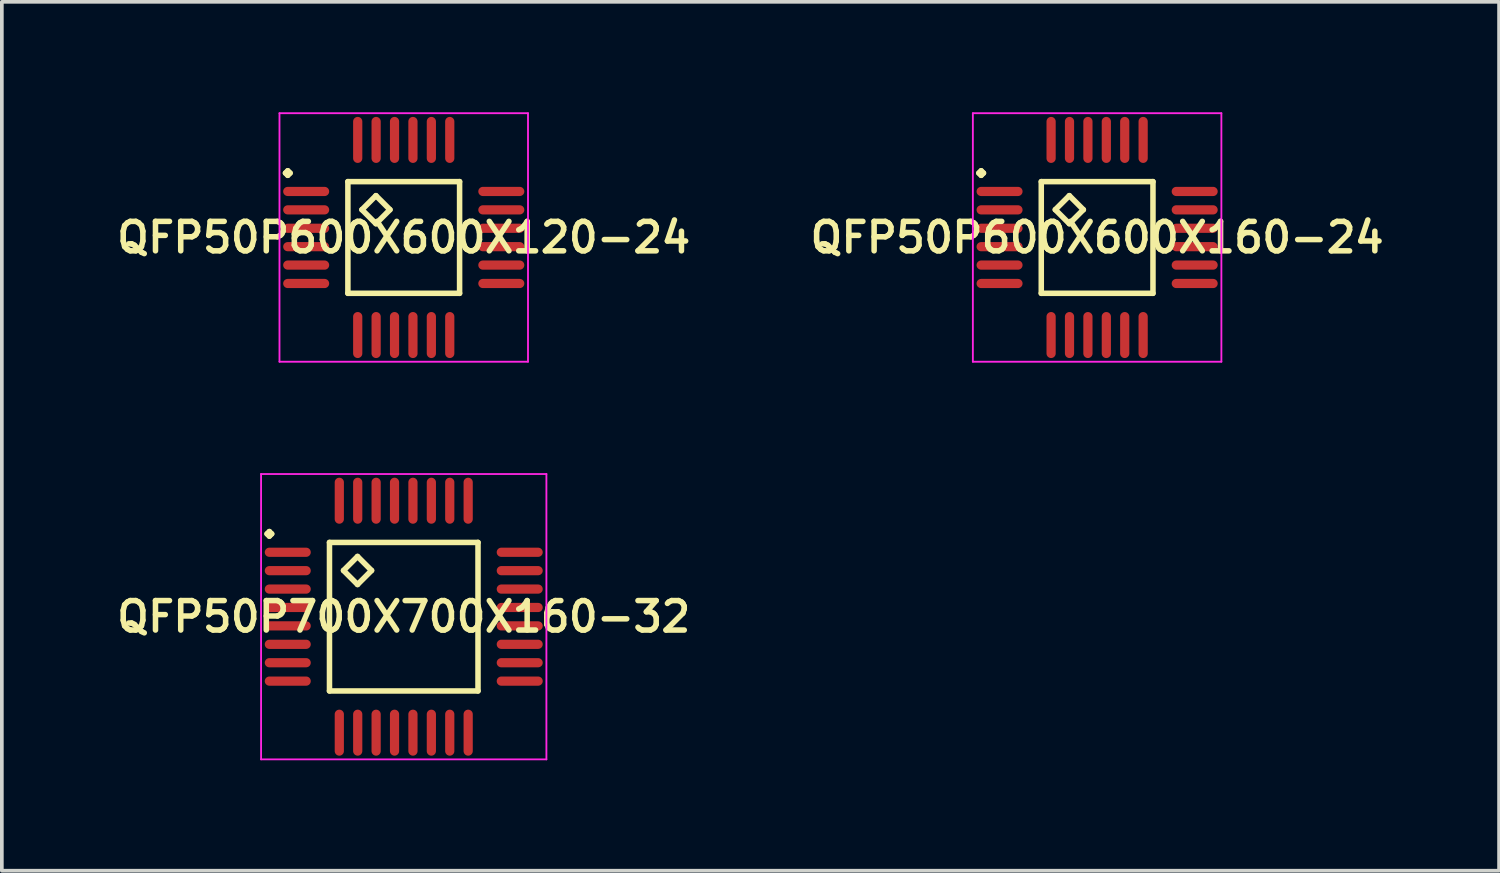
<source format=kicad_pcb>
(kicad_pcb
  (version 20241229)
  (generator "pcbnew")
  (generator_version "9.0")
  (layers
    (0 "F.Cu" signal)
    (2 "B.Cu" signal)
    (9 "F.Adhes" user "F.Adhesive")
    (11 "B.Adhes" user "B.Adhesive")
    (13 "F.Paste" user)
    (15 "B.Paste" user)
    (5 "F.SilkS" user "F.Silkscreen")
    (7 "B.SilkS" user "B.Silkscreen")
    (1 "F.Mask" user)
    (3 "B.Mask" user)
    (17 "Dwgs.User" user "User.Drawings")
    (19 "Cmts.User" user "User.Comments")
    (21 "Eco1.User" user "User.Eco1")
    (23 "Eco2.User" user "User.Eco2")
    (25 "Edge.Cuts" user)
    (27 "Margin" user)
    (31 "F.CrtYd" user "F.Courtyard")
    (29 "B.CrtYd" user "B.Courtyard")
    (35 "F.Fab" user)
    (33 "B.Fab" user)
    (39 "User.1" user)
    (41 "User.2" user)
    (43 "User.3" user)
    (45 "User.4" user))
  (footprint "QFP50P600X600X160-24"
    (layer "F.Cu")
    (at 26.749 3.4)
    (property "Reference" "QFP50P600X600X160-24" (at 0 0 0) (layer "F.SilkS") (effects (font (size 0.8 0.8) (thickness 0.15))))
    (attr smd)
    (fp_line (start -3.212 -1.75) (end -3.15 -1.812) (stroke (width 0.15) (type solid)) (layer "F.SilkS"))
    (fp_line (start -3.15 -1.812) (end -3.087 -1.75) (stroke (width 0.15) (type solid)) (layer "F.SilkS"))
    (fp_line (start -3.15 -1.688) (end -3.212 -1.75) (stroke (width 0.15) (type solid)) (layer "F.SilkS"))
    (fp_line (start -3.087 -1.75) (end -3.15 -1.688) (stroke (width 0.15) (type solid)) (layer "F.SilkS"))
    (fp_line (start -1.517 -1.517) (end -1.517 1.517) (stroke (width 0.15) (type solid)) (layer "F.SilkS"))
    (fp_line (start -1.517 1.517) (end 1.517 1.517) (stroke (width 0.15) (type solid)) (layer "F.SilkS"))
    (fp_line (start -1.136 -0.755) (end -0.755 -1.136) (stroke (width 0.15) (type solid)) (layer "F.SilkS"))
    (fp_line (start -0.755 -1.136) (end -0.374 -0.755) (stroke (width 0.15) (type solid)) (layer "F.SilkS"))
    (fp_line (start -0.755 -0.374) (end -1.136 -0.755) (stroke (width 0.15) (type solid)) (layer "F.SilkS"))
    (fp_line (start -0.374 -0.755) (end -0.755 -0.374) (stroke (width 0.15) (type solid)) (layer "F.SilkS"))
    (fp_line (start 1.517 -1.517) (end -1.517 -1.517) (stroke (width 0.15) (type solid)) (layer "F.SilkS"))
    (fp_line (start 1.517 1.517) (end 1.517 -1.517) (stroke (width 0.15) (type solid)) (layer "F.SilkS"))
    (fp_line (start -3.375 -3.375) (end 3.375 -3.375) (stroke (width 0.05) (type solid)) (layer "F.CrtYd"))
    (fp_line (start -3.375 3.375) (end -3.375 -3.375) (stroke (width 0.05) (type solid)) (layer "F.CrtYd"))
    (fp_line (start 3.375 -3.375) (end 3.375 3.375) (stroke (width 0.05) (type solid)) (layer "F.CrtYd"))
    (fp_line (start 3.375 3.375) (end -3.375 3.375) (stroke (width 0.05) (type solid)) (layer "F.CrtYd"))
    (pad "1" smd oval (at -2.65 -1.25) (size 1.25 0.25) (layers "F.Cu" "F.Mask" "F.Paste"))
    (pad "2" smd oval (at -2.65 -0.75) (size 1.25 0.25) (layers "F.Cu" "F.Mask" "F.Paste"))
    (pad "3" smd oval (at -2.65 -0.25) (size 1.25 0.25) (layers "F.Cu" "F.Mask" "F.Paste"))
    (pad "4" smd oval (at -2.65 0.25) (size 1.25 0.25) (layers "F.Cu" "F.Mask" "F.Paste"))
    (pad "5" smd oval (at -2.65 0.75) (size 1.25 0.25) (layers "F.Cu" "F.Mask" "F.Paste"))
    (pad "6" smd oval (at -2.65 1.25) (size 1.25 0.25) (layers "F.Cu" "F.Mask" "F.Paste"))
    (pad "7" smd oval (at -1.25 2.65) (size 0.25 1.25) (layers "F.Cu" "F.Mask" "F.Paste"))
    (pad "8" smd oval (at -0.75 2.65) (size 0.25 1.25) (layers "F.Cu" "F.Mask" "F.Paste"))
    (pad "9" smd oval (at -0.25 2.65) (size 0.25 1.25) (layers "F.Cu" "F.Mask" "F.Paste"))
    (pad "10" smd oval (at 0.25 2.65) (size 0.25 1.25) (layers "F.Cu" "F.Mask" "F.Paste"))
    (pad "11" smd oval (at 0.75 2.65) (size 0.25 1.25) (layers "F.Cu" "F.Mask" "F.Paste"))
    (pad "12" smd oval (at 1.25 2.65) (size 0.25 1.25) (layers "F.Cu" "F.Mask" "F.Paste"))
    (pad "13" smd oval (at 2.65 1.25) (size 1.25 0.25) (layers "F.Cu" "F.Mask" "F.Paste"))
    (pad "14" smd oval (at 2.65 0.75) (size 1.25 0.25) (layers "F.Cu" "F.Mask" "F.Paste"))
    (pad "15" smd oval (at 2.65 0.25) (size 1.25 0.25) (layers "F.Cu" "F.Mask" "F.Paste"))
    (pad "16" smd oval (at 2.65 -0.25) (size 1.25 0.25) (layers "F.Cu" "F.Mask" "F.Paste"))
    (pad "17" smd oval (at 2.65 -0.75) (size 1.25 0.25) (layers "F.Cu" "F.Mask" "F.Paste"))
    (pad "18" smd oval (at 2.65 -1.25) (size 1.25 0.25) (layers "F.Cu" "F.Mask" "F.Paste"))
    (pad "19" smd oval (at 1.25 -2.65) (size 0.25 1.25) (layers "F.Cu" "F.Mask" "F.Paste"))
    (pad "20" smd oval (at 0.75 -2.65) (size 0.25 1.25) (layers "F.Cu" "F.Mask" "F.Paste"))
    (pad "21" smd oval (at 0.25 -2.65) (size 0.25 1.25) (layers "F.Cu" "F.Mask" "F.Paste"))
    (pad "22" smd oval (at -0.25 -2.65) (size 0.25 1.25) (layers "F.Cu" "F.Mask" "F.Paste"))
    (pad "23" smd oval (at -0.75 -2.65) (size 0.25 1.25) (layers "F.Cu" "F.Mask" "F.Paste"))
    (pad "24" smd oval (at -1.25 -2.65) (size 0.25 1.25) (layers "F.Cu" "F.Mask" "F.Paste")))
  (footprint "QFP50P700X700X160-32"
    (layer "F.Cu")
    (at 7.916 13.7)
    (property "Reference" "QFP50P700X700X160-32" (at 0 0 0) (layer "F.SilkS") (effects (font (size 0.8 0.8) (thickness 0.15))))
    (attr smd)
    (fp_line (start -3.712 -2.25) (end -3.65 -2.312) (stroke (width 0.15) (type solid)) (layer "F.SilkS"))
    (fp_line (start -3.65 -2.312) (end -3.587 -2.25) (stroke (width 0.15) (type solid)) (layer "F.SilkS"))
    (fp_line (start -3.65 -2.188) (end -3.712 -2.25) (stroke (width 0.15) (type solid)) (layer "F.SilkS"))
    (fp_line (start -3.587 -2.25) (end -3.65 -2.188) (stroke (width 0.15) (type solid)) (layer "F.SilkS"))
    (fp_line (start -2.017 -2.017) (end -2.017 2.017) (stroke (width 0.15) (type solid)) (layer "F.SilkS"))
    (fp_line (start -2.017 2.017) (end 2.017 2.017) (stroke (width 0.15) (type solid)) (layer "F.SilkS"))
    (fp_line (start -1.636 -1.255) (end -1.255 -1.636) (stroke (width 0.15) (type solid)) (layer "F.SilkS"))
    (fp_line (start -1.255 -1.636) (end -0.874 -1.255) (stroke (width 0.15) (type solid)) (layer "F.SilkS"))
    (fp_line (start -1.255 -0.874) (end -1.636 -1.255) (stroke (width 0.15) (type solid)) (layer "F.SilkS"))
    (fp_line (start -0.874 -1.255) (end -1.255 -0.874) (stroke (width 0.15) (type solid)) (layer "F.SilkS"))
    (fp_line (start 2.017 -2.017) (end -2.017 -2.017) (stroke (width 0.15) (type solid)) (layer "F.SilkS"))
    (fp_line (start 2.017 2.017) (end 2.017 -2.017) (stroke (width 0.15) (type solid)) (layer "F.SilkS"))
    (fp_line (start -3.875 -3.875) (end 3.875 -3.875) (stroke (width 0.05) (type solid)) (layer "F.CrtYd"))
    (fp_line (start -3.875 3.875) (end -3.875 -3.875) (stroke (width 0.05) (type solid)) (layer "F.CrtYd"))
    (fp_line (start 3.875 -3.875) (end 3.875 3.875) (stroke (width 0.05) (type solid)) (layer "F.CrtYd"))
    (fp_line (start 3.875 3.875) (end -3.875 3.875) (stroke (width 0.05) (type solid)) (layer "F.CrtYd"))
    (pad "1" smd oval (at -3.15 -1.75) (size 1.25 0.25) (layers "F.Cu" "F.Mask" "F.Paste"))
    (pad "2" smd oval (at -3.15 -1.25) (size 1.25 0.25) (layers "F.Cu" "F.Mask" "F.Paste"))
    (pad "3" smd oval (at -3.15 -0.75) (size 1.25 0.25) (layers "F.Cu" "F.Mask" "F.Paste"))
    (pad "4" smd oval (at -3.15 -0.25) (size 1.25 0.25) (layers "F.Cu" "F.Mask" "F.Paste"))
    (pad "5" smd oval (at -3.15 0.25) (size 1.25 0.25) (layers "F.Cu" "F.Mask" "F.Paste"))
    (pad "6" smd oval (at -3.15 0.75) (size 1.25 0.25) (layers "F.Cu" "F.Mask" "F.Paste"))
    (pad "7" smd oval (at -3.15 1.25) (size 1.25 0.25) (layers "F.Cu" "F.Mask" "F.Paste"))
    (pad "8" smd oval (at -3.15 1.75) (size 1.25 0.25) (layers "F.Cu" "F.Mask" "F.Paste"))
    (pad "9" smd oval (at -1.75 3.15) (size 0.25 1.25) (layers "F.Cu" "F.Mask" "F.Paste"))
    (pad "10" smd oval (at -1.25 3.15) (size 0.25 1.25) (layers "F.Cu" "F.Mask" "F.Paste"))
    (pad "11" smd oval (at -0.75 3.15) (size 0.25 1.25) (layers "F.Cu" "F.Mask" "F.Paste"))
    (pad "12" smd oval (at -0.25 3.15) (size 0.25 1.25) (layers "F.Cu" "F.Mask" "F.Paste"))
    (pad "13" smd oval (at 0.25 3.15) (size 0.25 1.25) (layers "F.Cu" "F.Mask" "F.Paste"))
    (pad "14" smd oval (at 0.75 3.15) (size 0.25 1.25) (layers "F.Cu" "F.Mask" "F.Paste"))
    (pad "15" smd oval (at 1.25 3.15) (size 0.25 1.25) (layers "F.Cu" "F.Mask" "F.Paste"))
    (pad "16" smd oval (at 1.75 3.15) (size 0.25 1.25) (layers "F.Cu" "F.Mask" "F.Paste"))
    (pad "17" smd oval (at 3.15 1.75) (size 1.25 0.25) (layers "F.Cu" "F.Mask" "F.Paste"))
    (pad "18" smd oval (at 3.15 1.25) (size 1.25 0.25) (layers "F.Cu" "F.Mask" "F.Paste"))
    (pad "19" smd oval (at 3.15 0.75) (size 1.25 0.25) (layers "F.Cu" "F.Mask" "F.Paste"))
    (pad "20" smd oval (at 3.15 0.25) (size 1.25 0.25) (layers "F.Cu" "F.Mask" "F.Paste"))
    (pad "21" smd oval (at 3.15 -0.25) (size 1.25 0.25) (layers "F.Cu" "F.Mask" "F.Paste"))
    (pad "22" smd oval (at 3.15 -0.75) (size 1.25 0.25) (layers "F.Cu" "F.Mask" "F.Paste"))
    (pad "23" smd oval (at 3.15 -1.25) (size 1.25 0.25) (layers "F.Cu" "F.Mask" "F.Paste"))
    (pad "24" smd oval (at 3.15 -1.75) (size 1.25 0.25) (layers "F.Cu" "F.Mask" "F.Paste"))
    (pad "25" smd oval (at 1.75 -3.15) (size 0.25 1.25) (layers "F.Cu" "F.Mask" "F.Paste"))
    (pad "26" smd oval (at 1.25 -3.15) (size 0.25 1.25) (layers "F.Cu" "F.Mask" "F.Paste"))
    (pad "27" smd oval (at 0.75 -3.15) (size 0.25 1.25) (layers "F.Cu" "F.Mask" "F.Paste"))
    (pad "28" smd oval (at 0.25 -3.15) (size 0.25 1.25) (layers "F.Cu" "F.Mask" "F.Paste"))
    (pad "29" smd oval (at -0.25 -3.15) (size 0.25 1.25) (layers "F.Cu" "F.Mask" "F.Paste"))
    (pad "30" smd oval (at -0.75 -3.15) (size 0.25 1.25) (layers "F.Cu" "F.Mask" "F.Paste"))
    (pad "31" smd oval (at -1.25 -3.15) (size 0.25 1.25) (layers "F.Cu" "F.Mask" "F.Paste"))
    (pad "32" smd oval (at -1.75 -3.15) (size 0.25 1.25) (layers "F.Cu" "F.Mask" "F.Paste")))
  (footprint "QFP50P600X600X120-24"
    (layer "F.Cu")
    (at 7.916 3.4)
    (property "Reference" "QFP50P600X600X120-24" (at 0 0 0) (layer "F.SilkS") (effects (font (size 0.8 0.8) (thickness 0.15))))
    (attr smd)
    (fp_line (start -3.212 -1.75) (end -3.15 -1.812) (stroke (width 0.15) (type solid)) (layer "F.SilkS"))
    (fp_line (start -3.15 -1.812) (end -3.087 -1.75) (stroke (width 0.15) (type solid)) (layer "F.SilkS"))
    (fp_line (start -3.15 -1.688) (end -3.212 -1.75) (stroke (width 0.15) (type solid)) (layer "F.SilkS"))
    (fp_line (start -3.087 -1.75) (end -3.15 -1.688) (stroke (width 0.15) (type solid)) (layer "F.SilkS"))
    (fp_line (start -1.517 -1.517) (end -1.517 1.517) (stroke (width 0.15) (type solid)) (layer "F.SilkS"))
    (fp_line (start -1.517 1.517) (end 1.517 1.517) (stroke (width 0.15) (type solid)) (layer "F.SilkS"))
    (fp_line (start -1.136 -0.755) (end -0.755 -1.136) (stroke (width 0.15) (type solid)) (layer "F.SilkS"))
    (fp_line (start -0.755 -1.136) (end -0.374 -0.755) (stroke (width 0.15) (type solid)) (layer "F.SilkS"))
    (fp_line (start -0.755 -0.374) (end -1.136 -0.755) (stroke (width 0.15) (type solid)) (layer "F.SilkS"))
    (fp_line (start -0.374 -0.755) (end -0.755 -0.374) (stroke (width 0.15) (type solid)) (layer "F.SilkS"))
    (fp_line (start 1.517 -1.517) (end -1.517 -1.517) (stroke (width 0.15) (type solid)) (layer "F.SilkS"))
    (fp_line (start 1.517 1.517) (end 1.517 -1.517) (stroke (width 0.15) (type solid)) (layer "F.SilkS"))
    (fp_line (start -3.375 -3.375) (end 3.375 -3.375) (stroke (width 0.05) (type solid)) (layer "F.CrtYd"))
    (fp_line (start -3.375 3.375) (end -3.375 -3.375) (stroke (width 0.05) (type solid)) (layer "F.CrtYd"))
    (fp_line (start 3.375 -3.375) (end 3.375 3.375) (stroke (width 0.05) (type solid)) (layer "F.CrtYd"))
    (fp_line (start 3.375 3.375) (end -3.375 3.375) (stroke (width 0.05) (type solid)) (layer "F.CrtYd"))
    (pad "1" smd oval (at -2.65 -1.25) (size 1.25 0.25) (layers "F.Cu" "F.Mask" "F.Paste"))
    (pad "2" smd oval (at -2.65 -0.75) (size 1.25 0.25) (layers "F.Cu" "F.Mask" "F.Paste"))
    (pad "3" smd oval (at -2.65 -0.25) (size 1.25 0.25) (layers "F.Cu" "F.Mask" "F.Paste"))
    (pad "4" smd oval (at -2.65 0.25) (size 1.25 0.25) (layers "F.Cu" "F.Mask" "F.Paste"))
    (pad "5" smd oval (at -2.65 0.75) (size 1.25 0.25) (layers "F.Cu" "F.Mask" "F.Paste"))
    (pad "6" smd oval (at -2.65 1.25) (size 1.25 0.25) (layers "F.Cu" "F.Mask" "F.Paste"))
    (pad "7" smd oval (at -1.25 2.65) (size 0.25 1.25) (layers "F.Cu" "F.Mask" "F.Paste"))
    (pad "8" smd oval (at -0.75 2.65) (size 0.25 1.25) (layers "F.Cu" "F.Mask" "F.Paste"))
    (pad "9" smd oval (at -0.25 2.65) (size 0.25 1.25) (layers "F.Cu" "F.Mask" "F.Paste"))
    (pad "10" smd oval (at 0.25 2.65) (size 0.25 1.25) (layers "F.Cu" "F.Mask" "F.Paste"))
    (pad "11" smd oval (at 0.75 2.65) (size 0.25 1.25) (layers "F.Cu" "F.Mask" "F.Paste"))
    (pad "12" smd oval (at 1.25 2.65) (size 0.25 1.25) (layers "F.Cu" "F.Mask" "F.Paste"))
    (pad "13" smd oval (at 2.65 1.25) (size 1.25 0.25) (layers "F.Cu" "F.Mask" "F.Paste"))
    (pad "14" smd oval (at 2.65 0.75) (size 1.25 0.25) (layers "F.Cu" "F.Mask" "F.Paste"))
    (pad "15" smd oval (at 2.65 0.25) (size 1.25 0.25) (layers "F.Cu" "F.Mask" "F.Paste"))
    (pad "16" smd oval (at 2.65 -0.25) (size 1.25 0.25) (layers "F.Cu" "F.Mask" "F.Paste"))
    (pad "17" smd oval (at 2.65 -0.75) (size 1.25 0.25) (layers "F.Cu" "F.Mask" "F.Paste"))
    (pad "18" smd oval (at 2.65 -1.25) (size 1.25 0.25) (layers "F.Cu" "F.Mask" "F.Paste"))
    (pad "19" smd oval (at 1.25 -2.65) (size 0.25 1.25) (layers "F.Cu" "F.Mask" "F.Paste"))
    (pad "20" smd oval (at 0.75 -2.65) (size 0.25 1.25) (layers "F.Cu" "F.Mask" "F.Paste"))
    (pad "21" smd oval (at 0.25 -2.65) (size 0.25 1.25) (layers "F.Cu" "F.Mask" "F.Paste"))
    (pad "22" smd oval (at -0.25 -2.65) (size 0.25 1.25) (layers "F.Cu" "F.Mask" "F.Paste"))
    (pad "23" smd oval (at -0.75 -2.65) (size 0.25 1.25) (layers "F.Cu" "F.Mask" "F.Paste"))
    (pad "24" smd oval (at -1.25 -2.65) (size 0.25 1.25) (layers "F.Cu" "F.Mask" "F.Paste")))
  (gr_rect
    (start -3 -3)
    (end 37.666 20.6)
    (stroke (width 0.1) (type default))
    (fill no)
    (layer "Edge.Cuts")))
</source>
